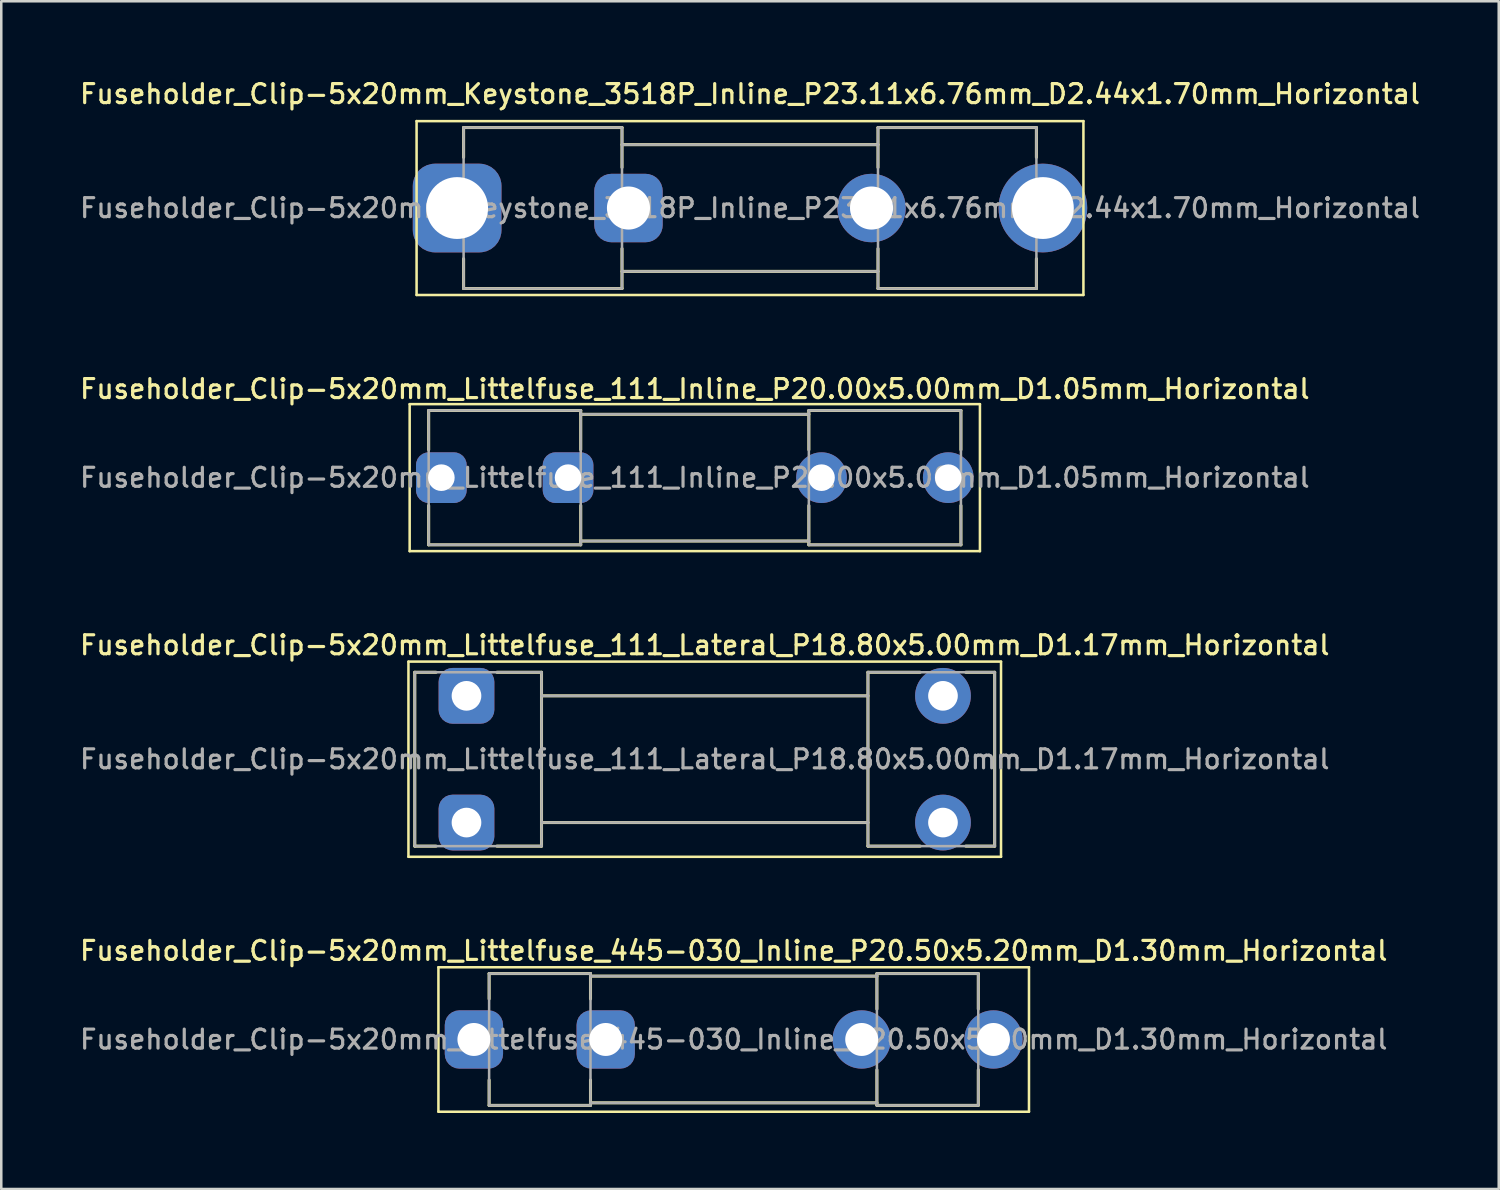
<source format=kicad_pcb>
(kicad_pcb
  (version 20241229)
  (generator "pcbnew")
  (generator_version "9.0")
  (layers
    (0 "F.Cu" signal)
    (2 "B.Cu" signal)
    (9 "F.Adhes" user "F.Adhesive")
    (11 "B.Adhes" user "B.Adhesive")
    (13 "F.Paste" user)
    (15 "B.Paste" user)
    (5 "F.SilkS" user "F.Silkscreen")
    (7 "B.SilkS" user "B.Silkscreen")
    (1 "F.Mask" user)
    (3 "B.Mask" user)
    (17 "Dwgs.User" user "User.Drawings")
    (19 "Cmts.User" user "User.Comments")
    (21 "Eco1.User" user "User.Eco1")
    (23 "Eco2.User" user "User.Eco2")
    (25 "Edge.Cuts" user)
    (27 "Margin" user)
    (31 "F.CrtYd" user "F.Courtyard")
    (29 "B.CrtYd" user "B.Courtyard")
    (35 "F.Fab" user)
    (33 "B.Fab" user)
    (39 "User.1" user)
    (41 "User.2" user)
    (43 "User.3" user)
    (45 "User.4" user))
  (footprint "Fuseholder_Clip-5x20mm_Littelfuse_111_Lateral_P18.80x5.00mm_D1.17mm_Horizontal"
    (layer "F.Cu")
    (at 15.355 24.404)
    (property "Reference" "Fuseholder_Clip-5x20mm_Littelfuse_111_Lateral_P18.80x5.00mm_D1.17mm_Horizontal" (at 9.4 -2 0) (layer "F.SilkS") (effects (font (size 0.75 0.75) (thickness 0.125))))
    (attr through_hole)
    (fp_line (start -2.29 -1.35) (end -2.29 6.35) (stroke (width 0.1) (type solid)) (layer "F.SilkS"))
    (fp_line (start -2.29 -1.35) (end 21.09 -1.35) (stroke (width 0.1) (type solid)) (layer "F.SilkS"))
    (fp_line (start -2.04 5.93) (end -2.04 -0.93) (stroke (width 0.12) (type solid)) (layer "F.SilkS"))
    (fp_line (start -1.2 -0.93) (end -2.04 -0.93) (stroke (width 0.12) (type solid)) (layer "F.SilkS"))
    (fp_line (start -1.2 5.93) (end -2.04 5.93) (stroke (width 0.12) (type solid)) (layer "F.SilkS"))
    (fp_line (start 2.96 -0.93) (end 1.2 -0.93) (stroke (width 0.12) (type solid)) (layer "F.SilkS"))
    (fp_line (start 2.96 -0.93) (end 2.96 5.93) (stroke (width 0.12) (type solid)) (layer "F.SilkS"))
    (fp_line (start 2.96 5.93) (end 1.2 5.93) (stroke (width 0.12) (type solid)) (layer "F.SilkS"))
    (fp_line (start 15.84 -0.93) (end 15.84 5.93) (stroke (width 0.12) (type solid)) (layer "F.SilkS"))
    (fp_line (start 15.84 0) (end 2.96 0) (stroke (width 0.12) (type solid)) (layer "F.SilkS"))
    (fp_line (start 15.84 5) (end 2.96 5) (stroke (width 0.12) (type solid)) (layer "F.SilkS"))
    (fp_line (start 17.9 -0.93) (end 15.84 -0.93) (stroke (width 0.12) (type solid)) (layer "F.SilkS"))
    (fp_line (start 17.9 5.93) (end 15.84 5.93) (stroke (width 0.12) (type solid)) (layer "F.SilkS"))
    (fp_line (start 19.7 -0.93) (end 20.84 -0.93) (stroke (width 0.12) (type solid)) (layer "F.SilkS"))
    (fp_line (start 19.7 5.93) (end 20.84 5.93) (stroke (width 0.12) (type solid)) (layer "F.SilkS"))
    (fp_line (start 20.84 -0.93) (end 20.84 5.93) (stroke (width 0.12) (type solid)) (layer "F.SilkS"))
    (fp_line (start 21.09 6.35) (end -2.29 6.35) (stroke (width 0.1) (type solid)) (layer "F.SilkS"))
    (fp_line (start 21.09 6.35) (end 21.09 -1.35) (stroke (width 0.1) (type solid)) (layer "F.SilkS"))
    (fp_line (start -2.04 -0.93) (end 2.96 -0.93) (stroke (width 0.1) (type solid)) (layer "F.Fab"))
    (fp_line (start -2.04 5.93) (end -2.04 -0.93) (stroke (width 0.1) (type solid)) (layer "F.Fab"))
    (fp_line (start 2.96 -0.93) (end 2.96 5.93) (stroke (width 0.1) (type solid)) (layer "F.Fab"))
    (fp_line (start 2.96 0) (end 15.84 0) (stroke (width 0.1) (type solid)) (layer "F.Fab"))
    (fp_line (start 2.96 5.93) (end -2.04 5.93) (stroke (width 0.1) (type solid)) (layer "F.Fab"))
    (fp_line (start 15.84 -0.93) (end 15.84 5.93) (stroke (width 0.1) (type solid)) (layer "F.Fab"))
    (fp_line (start 15.84 5) (end 2.96 5) (stroke (width 0.1) (type solid)) (layer "F.Fab"))
    (fp_line (start 15.84 5.93) (end 20.84 5.93) (stroke (width 0.1) (type solid)) (layer "F.Fab"))
    (fp_line (start 20.84 -0.93) (end 15.84 -0.93) (stroke (width 0.1) (type solid)) (layer "F.Fab"))
    (fp_line (start 20.84 5.93) (end 20.84 -0.93) (stroke (width 0.1) (type solid)) (layer "F.Fab"))
    (fp_text user "${REFERENCE}" (at 9.4 2.5 0) (layer "F.Fab") (effects (font (size 0.75 0.75) (thickness 0.125))))
    (pad "1" thru_hole roundrect (at 0 0) (size 2.2 2.2) (drill 1.17) (layers "*.Cu" "*.Mask") (roundrect_rratio 0.25))
    (pad "1" thru_hole roundrect (at 0 5) (size 2.2 2.2) (drill 1.17) (layers "*.Cu" "*.Mask") (roundrect_rratio 0.25))
    (pad "2" thru_hole circle (at 18.8 0) (size 2.2 2.2) (drill 1.17) (layers "*.Cu" "*.Mask"))
    (pad "2" thru_hole circle (at 18.8 5) (size 2.2 2.2) (drill 1.17) (layers "*.Cu" "*.Mask")))
  (footprint "Fuseholder_Clip-5x20mm_Keystone_3518P_Inline_P23.11x6.76mm_D2.44x1.70mm_Horizontal"
    (layer "F.Cu")
    (at 14.986 5.158)
    (property "Reference" "Fuseholder_Clip-5x20mm_Keystone_3518P_Inline_P23.11x6.76mm_D2.44x1.70mm_Horizontal" (at 11.555 -4.5 0) (layer "F.SilkS") (effects (font (size 0.75 0.75) (thickness 0.125))))
    (attr through_hole)
    (fp_line (start -1.6 -3.43) (end -1.6 3.43) (stroke (width 0.1) (type solid)) (layer "F.SilkS"))
    (fp_line (start -1.6 -3.43) (end 24.71 -3.43) (stroke (width 0.1) (type solid)) (layer "F.SilkS"))
    (fp_line (start 0.255 -3.175) (end 0.255 -2) (stroke (width 0.12) (type solid)) (layer "F.SilkS"))
    (fp_line (start 0.255 3.175) (end 0.255 2) (stroke (width 0.12) (type solid)) (layer "F.SilkS"))
    (fp_line (start 6.505 -3.175) (end 0.255 -3.175) (stroke (width 0.12) (type solid)) (layer "F.SilkS"))
    (fp_line (start 6.505 -3.175) (end 6.505 -1.6) (stroke (width 0.12) (type solid)) (layer "F.SilkS"))
    (fp_line (start 6.505 3.175) (end 0.255 3.175) (stroke (width 0.12) (type solid)) (layer "F.SilkS"))
    (fp_line (start 6.505 3.175) (end 6.505 1.6) (stroke (width 0.12) (type solid)) (layer "F.SilkS"))
    (fp_line (start 16.605 -3.175) (end 16.605 -1.6) (stroke (width 0.12) (type solid)) (layer "F.SilkS"))
    (fp_line (start 16.605 -2.5) (end 6.505 -2.5) (stroke (width 0.12) (type solid)) (layer "F.SilkS"))
    (fp_line (start 16.605 2.5) (end 6.505 2.5) (stroke (width 0.12) (type solid)) (layer "F.SilkS"))
    (fp_line (start 16.605 3.175) (end 16.605 1.6) (stroke (width 0.12) (type solid)) (layer "F.SilkS"))
    (fp_line (start 16.605 3.175) (end 22.855 3.175) (stroke (width 0.12) (type solid)) (layer "F.SilkS"))
    (fp_line (start 22.855 -3.175) (end 16.605 -3.175) (stroke (width 0.12) (type solid)) (layer "F.SilkS"))
    (fp_line (start 22.855 -2) (end 22.855 -3.175) (stroke (width 0.12) (type solid)) (layer "F.SilkS"))
    (fp_line (start 22.855 2) (end 22.855 3.175) (stroke (width 0.12) (type solid)) (layer "F.SilkS"))
    (fp_line (start 24.71 3.43) (end -1.6 3.43) (stroke (width 0.1) (type solid)) (layer "F.SilkS"))
    (fp_line (start 24.71 3.43) (end 24.71 -3.43) (stroke (width 0.1) (type solid)) (layer "F.SilkS"))
    (fp_line (start 0.255 -3.175) (end 6.505 -3.175) (stroke (width 0.1) (type solid)) (layer "F.Fab"))
    (fp_line (start 0.255 3.175) (end 0.255 -3.175) (stroke (width 0.1) (type solid)) (layer "F.Fab"))
    (fp_line (start 6.505 -3.175) (end 6.505 3.175) (stroke (width 0.1) (type solid)) (layer "F.Fab"))
    (fp_line (start 6.505 -2.5) (end 16.605 -2.5) (stroke (width 0.1) (type solid)) (layer "F.Fab"))
    (fp_line (start 6.505 3.175) (end 0.255 3.175) (stroke (width 0.1) (type solid)) (layer "F.Fab"))
    (fp_line (start 16.605 -3.175) (end 16.605 3.175) (stroke (width 0.1) (type solid)) (layer "F.Fab"))
    (fp_line (start 16.605 2.5) (end 6.505 2.5) (stroke (width 0.1) (type solid)) (layer "F.Fab"))
    (fp_line (start 16.605 3.175) (end 22.855 3.175) (stroke (width 0.1) (type solid)) (layer "F.Fab"))
    (fp_line (start 22.855 -3.175) (end 16.605 -3.175) (stroke (width 0.1) (type solid)) (layer "F.Fab"))
    (fp_line (start 22.855 3.175) (end 22.855 -3.175) (stroke (width 0.1) (type solid)) (layer "F.Fab"))
    (fp_text user "${REFERENCE}" (at 11.555 0 0) (layer "F.Fab") (effects (font (size 0.75 0.75) (thickness 0.125))))
    (pad "1" thru_hole roundrect (at 0 0) (size 3.5 3.5) (drill 2.44) (layers "*.Cu" "*.Mask") (roundrect_rratio 0.25))
    (pad "1" thru_hole roundrect (at 6.76 0) (size 2.7 2.7) (drill 1.7) (layers "*.Cu" "*.Mask") (roundrect_rratio 0.25))
    (pad "2" thru_hole circle (at 16.35 0) (size 2.7 2.7) (drill 1.7) (layers "*.Cu" "*.Mask"))
    (pad "2" thru_hole circle (at 23.11 0) (size 3.5 3.5) (drill 2.44) (layers "*.Cu" "*.Mask")))
  (footprint "Fuseholder_Clip-5x20mm_Littelfuse_111_Inline_P20.00x5.00mm_D1.05mm_Horizontal"
    (layer "F.Cu")
    (at 14.363 15.796)
    (property "Reference" "Fuseholder_Clip-5x20mm_Littelfuse_111_Inline_P20.00x5.00mm_D1.05mm_Horizontal" (at 10 -3.5 0) (layer "F.SilkS") (effects (font (size 0.75 0.75) (thickness 0.125))))
    (attr through_hole)
    (fp_line (start -1.25 -2.9) (end -1.25 2.9) (stroke (width 0.1) (type solid)) (layer "F.SilkS"))
    (fp_line (start -1.25 -2.9) (end 21.25 -2.9) (stroke (width 0.1) (type solid)) (layer "F.SilkS"))
    (fp_line (start -0.5 -2.65) (end -0.5 -1.1) (stroke (width 0.12) (type solid)) (layer "F.SilkS"))
    (fp_line (start -0.5 2.65) (end -0.5 1.1) (stroke (width 0.12) (type solid)) (layer "F.SilkS"))
    (fp_line (start 5.5 -2.65) (end -0.5 -2.65) (stroke (width 0.12) (type solid)) (layer "F.SilkS"))
    (fp_line (start 5.5 -2.65) (end 5.5 -1.1) (stroke (width 0.12) (type solid)) (layer "F.SilkS"))
    (fp_line (start 5.5 2.65) (end -0.5 2.65) (stroke (width 0.12) (type solid)) (layer "F.SilkS"))
    (fp_line (start 5.5 2.65) (end 5.5 1.1) (stroke (width 0.12) (type solid)) (layer "F.SilkS"))
    (fp_line (start 14.5 -2.65) (end 14.5 -1.1) (stroke (width 0.12) (type solid)) (layer "F.SilkS"))
    (fp_line (start 14.5 -2.5) (end 5.5 -2.5) (stroke (width 0.12) (type solid)) (layer "F.SilkS"))
    (fp_line (start 14.5 2.5) (end 5.5 2.5) (stroke (width 0.12) (type solid)) (layer "F.SilkS"))
    (fp_line (start 14.5 2.65) (end 14.5 1.1) (stroke (width 0.12) (type solid)) (layer "F.SilkS"))
    (fp_line (start 14.5 2.65) (end 20.5 2.65) (stroke (width 0.12) (type solid)) (layer "F.SilkS"))
    (fp_line (start 20.5 -2.65) (end 14.5 -2.65) (stroke (width 0.12) (type solid)) (layer "F.SilkS"))
    (fp_line (start 20.5 -1.1) (end 20.5 -2.65) (stroke (width 0.12) (type solid)) (layer "F.SilkS"))
    (fp_line (start 20.5 1.1) (end 20.5 2.65) (stroke (width 0.12) (type solid)) (layer "F.SilkS"))
    (fp_line (start 21.25 2.9) (end -1.25 2.9) (stroke (width 0.1) (type solid)) (layer "F.SilkS"))
    (fp_line (start 21.25 2.9) (end 21.25 -2.9) (stroke (width 0.1) (type solid)) (layer "F.SilkS"))
    (fp_line (start -0.5 -2.65) (end 5.5 -2.65) (stroke (width 0.1) (type solid)) (layer "F.Fab"))
    (fp_line (start -0.5 2.65) (end -0.5 -2.65) (stroke (width 0.1) (type solid)) (layer "F.Fab"))
    (fp_line (start 5.5 -2.65) (end 5.5 2.65) (stroke (width 0.1) (type solid)) (layer "F.Fab"))
    (fp_line (start 5.5 -2.5) (end 14.5 -2.5) (stroke (width 0.1) (type solid)) (layer "F.Fab"))
    (fp_line (start 5.5 2.65) (end -0.5 2.65) (stroke (width 0.1) (type solid)) (layer "F.Fab"))
    (fp_line (start 14.5 -2.65) (end 14.5 2.65) (stroke (width 0.1) (type solid)) (layer "F.Fab"))
    (fp_line (start 14.5 2.5) (end 5.5 2.5) (stroke (width 0.1) (type solid)) (layer "F.Fab"))
    (fp_line (start 14.5 2.65) (end 20.5 2.65) (stroke (width 0.1) (type solid)) (layer "F.Fab"))
    (fp_line (start 20.5 -2.65) (end 14.5 -2.65) (stroke (width 0.1) (type solid)) (layer "F.Fab"))
    (fp_line (start 20.5 2.65) (end 20.5 -2.65) (stroke (width 0.1) (type solid)) (layer "F.Fab"))
    (fp_text user "${REFERENCE}" (at 10 0 0) (layer "F.Fab") (effects (font (size 0.75 0.75) (thickness 0.125))))
    (pad "1" thru_hole roundrect (at 0 0) (size 2 2) (drill 1.05) (layers "*.Cu" "*.Mask") (roundrect_rratio 0.25))
    (pad "1" thru_hole roundrect (at 5 0) (size 2 2) (drill 1.05) (layers "*.Cu" "*.Mask") (roundrect_rratio 0.25))
    (pad "2" thru_hole circle (at 15 0) (size 2 2) (drill 1.05) (layers "*.Cu" "*.Mask"))
    (pad "2" thru_hole circle (at 20 0) (size 2 2) (drill 1.05) (layers "*.Cu" "*.Mask")))
  (footprint "Fuseholder_Clip-5x20mm_Littelfuse_445-030_Inline_P20.50x5.20mm_D1.30mm_Horizontal"
    (layer "F.Cu")
    (at 15.648 37.962)
    (property "Reference" "Fuseholder_Clip-5x20mm_Littelfuse_445-030_Inline_P20.50x5.20mm_D1.30mm_Horizontal" (at 10.25 -3.5 0) (layer "F.SilkS") (effects (font (size 0.75 0.75) (thickness 0.125))))
    (attr through_hole)
    (fp_line (start -1.4 -2.85) (end -1.4 2.85) (stroke (width 0.1) (type solid)) (layer "F.SilkS"))
    (fp_line (start -1.4 -2.85) (end 21.9 -2.85) (stroke (width 0.1) (type solid)) (layer "F.SilkS"))
    (fp_line (start 0.6 -2.6) (end 0.6 -1.6) (stroke (width 0.12) (type solid)) (layer "F.SilkS"))
    (fp_line (start 0.6 2.6) (end 0.6 1.6) (stroke (width 0.12) (type solid)) (layer "F.SilkS"))
    (fp_line (start 4.6 -2.6) (end 0.6 -2.6) (stroke (width 0.12) (type solid)) (layer "F.SilkS"))
    (fp_line (start 4.6 -2.6) (end 4.6 -1.6) (stroke (width 0.12) (type solid)) (layer "F.SilkS"))
    (fp_line (start 4.6 2.6) (end 0.6 2.6) (stroke (width 0.12) (type solid)) (layer "F.SilkS"))
    (fp_line (start 4.6 2.6) (end 4.6 1.6) (stroke (width 0.12) (type solid)) (layer "F.SilkS"))
    (fp_line (start 15.9 -2.6) (end 15.9 -1.2) (stroke (width 0.12) (type solid)) (layer "F.SilkS"))
    (fp_line (start 15.9 -2.5) (end 4.6 -2.5) (stroke (width 0.12) (type solid)) (layer "F.SilkS"))
    (fp_line (start 15.9 2.5) (end 4.6 2.5) (stroke (width 0.12) (type solid)) (layer "F.SilkS"))
    (fp_line (start 15.9 2.6) (end 15.9 1.2) (stroke (width 0.12) (type solid)) (layer "F.SilkS"))
    (fp_line (start 15.9 2.6) (end 19.9 2.6) (stroke (width 0.12) (type solid)) (layer "F.SilkS"))
    (fp_line (start 19.9 -2.6) (end 15.9 -2.6) (stroke (width 0.12) (type solid)) (layer "F.SilkS"))
    (fp_line (start 19.9 -1.2) (end 19.9 -2.6) (stroke (width 0.12) (type solid)) (layer "F.SilkS"))
    (fp_line (start 19.9 1.2) (end 19.9 2.6) (stroke (width 0.12) (type solid)) (layer "F.SilkS"))
    (fp_line (start 21.9 2.85) (end -1.4 2.85) (stroke (width 0.1) (type solid)) (layer "F.SilkS"))
    (fp_line (start 21.9 2.85) (end 21.9 -2.85) (stroke (width 0.1) (type solid)) (layer "F.SilkS"))
    (fp_line (start 0.6 -2.6) (end 4.6 -2.6) (stroke (width 0.1) (type solid)) (layer "F.Fab"))
    (fp_line (start 0.6 2.6) (end 0.6 -2.6) (stroke (width 0.1) (type solid)) (layer "F.Fab"))
    (fp_line (start 4.6 -2.6) (end 4.6 2.6) (stroke (width 0.1) (type solid)) (layer "F.Fab"))
    (fp_line (start 4.6 -2.5) (end 15.9 -2.5) (stroke (width 0.1) (type solid)) (layer "F.Fab"))
    (fp_line (start 4.6 2.6) (end 0.6 2.6) (stroke (width 0.1) (type solid)) (layer "F.Fab"))
    (fp_line (start 15.9 -2.6) (end 15.9 2.6) (stroke (width 0.1) (type solid)) (layer "F.Fab"))
    (fp_line (start 15.9 2.5) (end 4.6 2.5) (stroke (width 0.1) (type solid)) (layer "F.Fab"))
    (fp_line (start 15.9 2.6) (end 19.9 2.6) (stroke (width 0.1) (type solid)) (layer "F.Fab"))
    (fp_line (start 19.9 -2.6) (end 15.9 -2.6) (stroke (width 0.1) (type solid)) (layer "F.Fab"))
    (fp_line (start 19.9 2.6) (end 19.9 -2.6) (stroke (width 0.1) (type solid)) (layer "F.Fab"))
    (fp_text user "${REFERENCE}" (at 10.25 0 0) (layer "F.Fab") (effects (font (size 0.75 0.75) (thickness 0.125))))
    (pad "1" thru_hole roundrect (at 0 0) (size 2.3 2.3) (drill 1.3) (layers "*.Cu" "*.Mask") (roundrect_rratio 0.25))
    (pad "1" thru_hole roundrect (at 5.2 0) (size 2.3 2.3) (drill 1.3) (layers "*.Cu" "*.Mask") (roundrect_rratio 0.25))
    (pad "2" thru_hole circle (at 15.3 0) (size 2.3 2.3) (drill 1.3) (layers "*.Cu" "*.Mask"))
    (pad "2" thru_hole circle (at 20.5 0) (size 2.3 2.3) (drill 1.3) (layers "*.Cu" "*.Mask")))
  (gr_rect
    (start -3 -3)
    (end 56.082 43.862)
    (stroke (width 0.1) (type default))
    (fill no)
    (layer "Edge.Cuts")))
</source>
